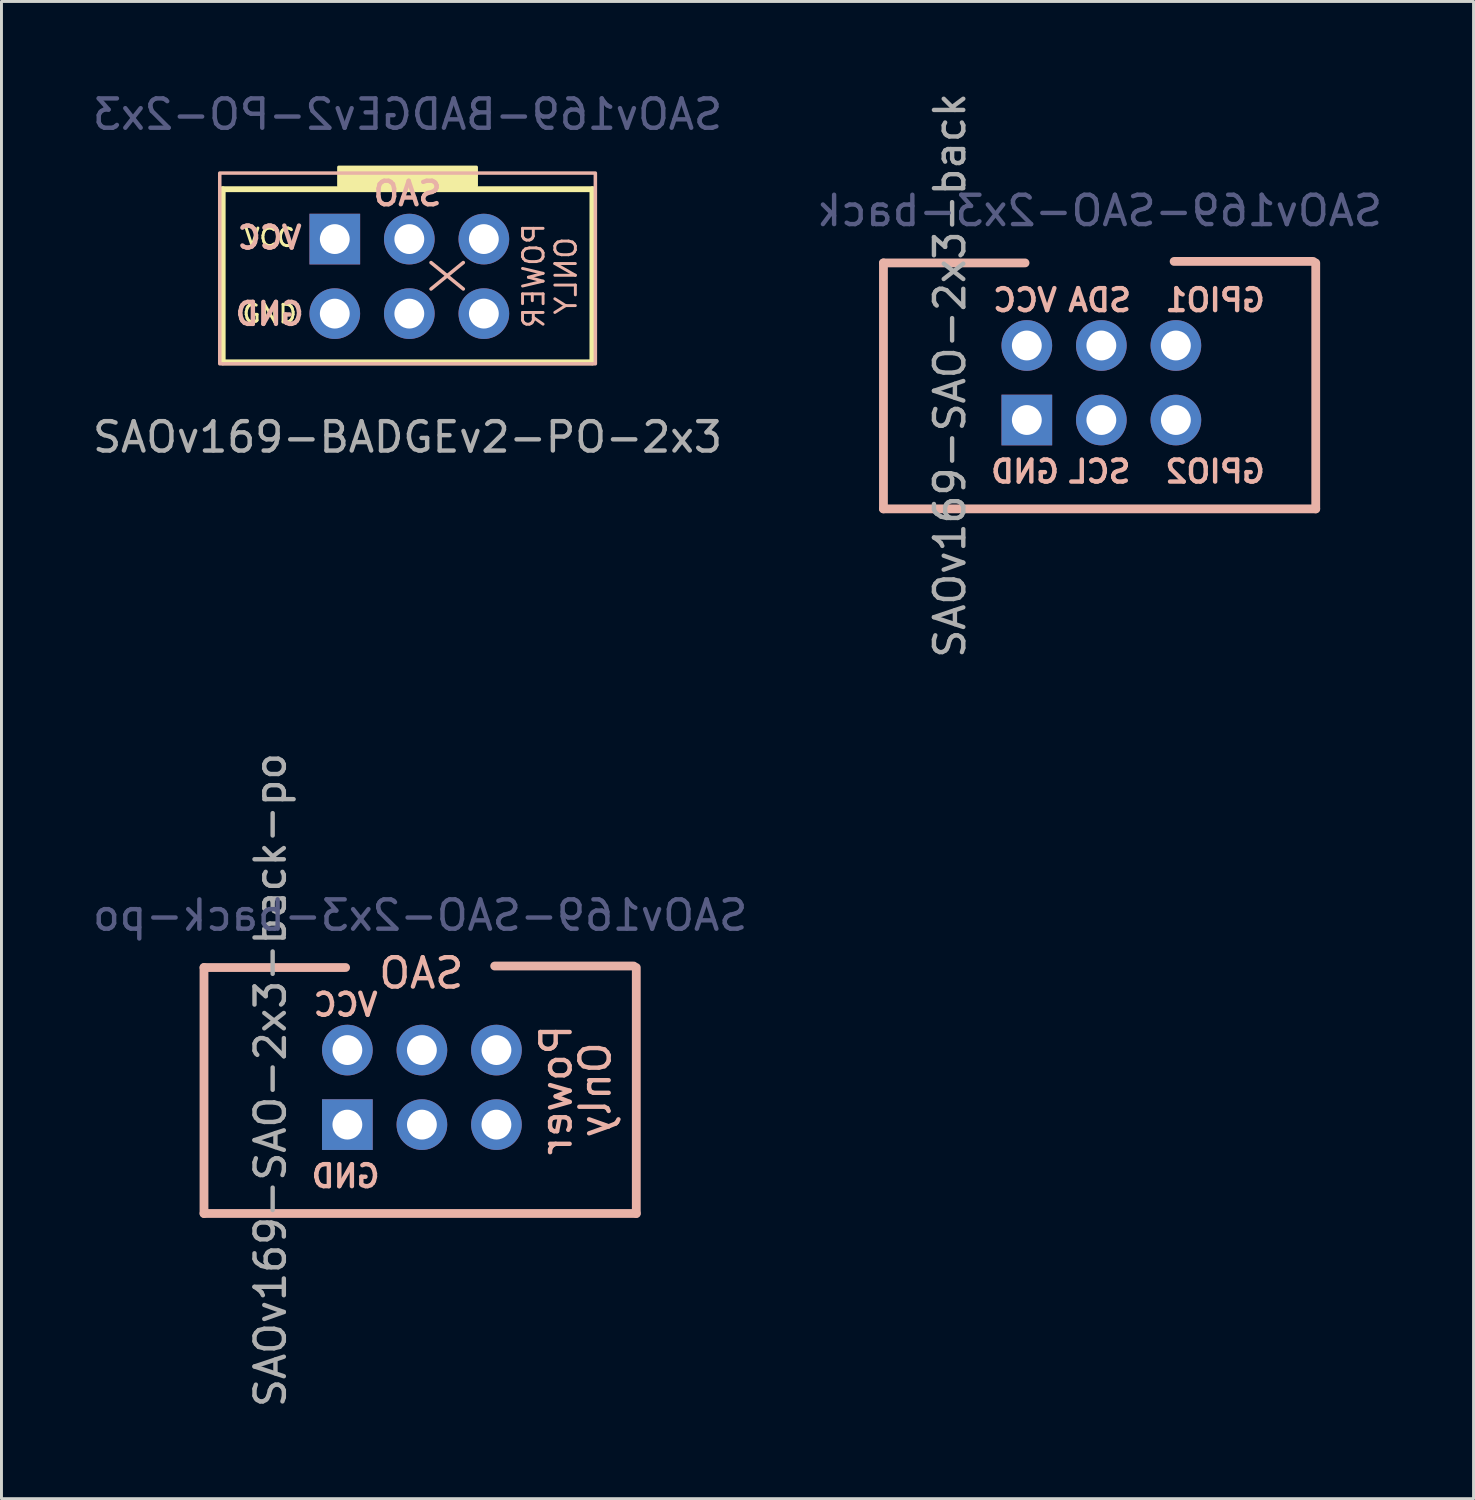
<source format=kicad_pcb>
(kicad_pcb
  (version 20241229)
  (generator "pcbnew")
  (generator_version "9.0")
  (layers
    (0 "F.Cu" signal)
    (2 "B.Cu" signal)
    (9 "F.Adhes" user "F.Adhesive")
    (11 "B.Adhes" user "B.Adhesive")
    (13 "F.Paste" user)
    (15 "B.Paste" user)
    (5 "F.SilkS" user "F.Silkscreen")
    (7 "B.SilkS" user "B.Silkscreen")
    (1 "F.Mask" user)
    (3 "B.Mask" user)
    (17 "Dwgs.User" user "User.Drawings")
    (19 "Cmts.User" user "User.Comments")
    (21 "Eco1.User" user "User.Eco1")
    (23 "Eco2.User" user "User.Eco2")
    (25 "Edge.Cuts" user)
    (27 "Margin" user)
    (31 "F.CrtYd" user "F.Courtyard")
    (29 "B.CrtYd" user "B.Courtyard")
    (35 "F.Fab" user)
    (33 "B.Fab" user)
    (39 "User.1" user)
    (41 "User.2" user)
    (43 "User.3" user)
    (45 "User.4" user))
  (footprint "SAOv169-SAO-2x3-back-po"
    (layer "F.Cu")
    (at 11.268 33.986)
    (property "Reference" "SAOv169-SAO-2x3-back-po" (at 0 -5.842 0) (layer "B.Fab") (effects (font (size 1 1) (thickness 0.15)) (justify mirror)))
    (attr through_hole)
    (fp_line (start -7.366 -4.064) (end -7.366 4.318) (stroke (width 0.3) (type solid)) (layer "B.SilkS"))
    (fp_line (start -7.366 4.318) (end 7.366 4.318) (stroke (width 0.3) (type solid)) (layer "B.SilkS"))
    (fp_line (start -2.54 -4.064) (end -7.366 -4.064) (stroke (width 0.3) (type solid)) (layer "B.SilkS"))
    (fp_line (start 7.28 -4.115) (end 2.54 -4.115) (stroke (width 0.3) (type solid)) (layer "B.SilkS"))
    (fp_line (start 7.366 4.318) (end 7.366 -4.064) (stroke (width 0.3) (type solid)) (layer "B.SilkS"))
    (fp_text user "Power" (at 4.64 0.11 90) (layer "B.SilkS") (effects (font (size 1 1) (thickness 0.15)) (justify mirror)))
    (fp_text user "Only" (at 5.97 0.11 90) (layer "B.SilkS") (effects (font (size 1 1) (thickness 0.15)) (justify mirror)))
    (fp_text user "SAO" (at 0.04 -3.87 0) (layer "B.SilkS") (effects (font (size 1 1) (thickness 0.15)) (justify mirror)))
    (fp_text user "GND" (at -2.54 3.048 0) (unlocked yes) (layer "B.SilkS") (effects (font (size 0.75 0.75) (thickness 0.15)) (justify mirror)))
    (fp_text user "VCC" (at -2.54 -2.794 0) (unlocked yes) (layer "B.SilkS") (effects (font (size 0.75 0.75) (thickness 0.15)) (justify mirror)))
    (fp_text user "${REFERENCE}" (at -5.1 -0.23 270) (layer "F.Fab") (effects (font (size 1 1) (thickness 0.15))))
    (pad "1" thru_hole oval (at -2.48 -1.25 270) (size 1.727 1.727) (drill 1.016) (layers "*.Cu" "*.Mask"))
    (pad "2" thru_hole rect (at -2.48 1.29 270) (size 1.727 1.727) (drill 1.016) (layers "*.Cu" "*.Mask"))
    (pad "3" thru_hole oval (at 0.06 -1.25 270) (size 1.727 1.727) (drill 1.016) (layers "*.Cu" "*.Mask"))
    (pad "4" thru_hole oval (at 0.06 1.29 270) (size 1.727 1.727) (drill 1.016) (layers "*.Cu" "*.Mask"))
    (pad "5" thru_hole circle (at 2.6 -1.25 270) (size 1.727 1.727) (drill 1.016) (layers "*.Cu" "*.Mask"))
    (pad "6" thru_hole circle (at 2.6 1.29 270) (size 1.727 1.727) (drill 1.016) (layers "*.Cu" "*.Mask")))
  (footprint "SAOv169-SAO-2x3-back"
    (layer "F.Cu")
    (at 34.423 9.974)
    (property "Reference" "SAOv169-SAO-2x3-back" (at 0 -5.842 0) (layer "B.Fab") (effects (font (size 1 1) (thickness 0.15)) (justify mirror)))
    (attr through_hole)
    (fp_line (start -7.366 -4.064) (end -7.366 4.318) (stroke (width 0.3) (type solid)) (layer "B.SilkS"))
    (fp_line (start -7.366 4.318) (end 7.366 4.318) (stroke (width 0.3) (type solid)) (layer "B.SilkS"))
    (fp_line (start -2.54 -4.064) (end -7.366 -4.064) (stroke (width 0.3) (type solid)) (layer "B.SilkS"))
    (fp_line (start 7.28 -4.115) (end 2.54 -4.115) (stroke (width 0.3) (type solid)) (layer "B.SilkS"))
    (fp_line (start 7.366 4.318) (end 7.366 -4.064) (stroke (width 0.3) (type solid)) (layer "B.SilkS"))
    (fp_text user "SDA" (at 0 -2.794 0) (unlocked yes) (layer "B.SilkS") (effects (font (size 0.75 0.75) (thickness 0.15)) (justify mirror)))
    (fp_text user "GPIO1" (at 3.937 -2.794 0) (unlocked yes) (layer "B.SilkS") (effects (font (size 0.75 0.75) (thickness 0.15)) (justify mirror)))
    (fp_text user "SCL" (at 0 3.048 0) (layer "B.SilkS") (effects (font (size 0.75 0.75) (thickness 0.15)) (justify mirror)))
    (fp_text user "VCC" (at -2.54 -2.794 0) (unlocked yes) (layer "B.SilkS") (effects (font (size 0.75 0.75) (thickness 0.15)) (justify mirror)))
    (fp_text user "GPIO2" (at 3.937 3.048 0) (layer "B.SilkS") (effects (font (size 0.75 0.75) (thickness 0.15)) (justify mirror)))
    (fp_text user "GND" (at -2.54 3.048 0) (unlocked yes) (layer "B.SilkS") (effects (font (size 0.75 0.75) (thickness 0.15)) (justify mirror)))
    (fp_text user "${REFERENCE}" (at -5.1 -0.23 270) (layer "F.Fab") (effects (font (size 1 1) (thickness 0.15))))
    (pad "1" thru_hole oval (at -2.48 -1.25 270) (size 1.727 1.727) (drill 1.016) (layers "*.Cu" "*.Mask"))
    (pad "2" thru_hole rect (at -2.48 1.29 270) (size 1.727 1.727) (drill 1.016) (layers "*.Cu" "*.Mask"))
    (pad "3" thru_hole oval (at 0.06 -1.25 270) (size 1.727 1.727) (drill 1.016) (layers "*.Cu" "*.Mask"))
    (pad "4" thru_hole oval (at 0.06 1.29 270) (size 1.727 1.727) (drill 1.016) (layers "*.Cu" "*.Mask"))
    (pad "5" thru_hole circle (at 2.6 -1.25 270) (size 1.727 1.727) (drill 1.016) (layers "*.Cu" "*.Mask"))
    (pad "6" thru_hole circle (at 2.6 1.29 270) (size 1.727 1.727) (drill 1.016) (layers "*.Cu" "*.Mask")))
  (footprint "SAOv169-BADGEv2-PO-2x3"
    (layer "F.Cu")
    (at 10.839 6.348)
    (property "Reference" "SAOv169-BADGEv2-PO-2x3" (at 0 -5.5 0) (layer "B.Fab") (effects (font (size 1 1) (thickness 0.15)) (justify mirror)))
    (attr through_hole)
    (fp_line (start -6.3 -2.95) (end 6.3 -2.95) (stroke (width 0.2) (type solid)) (layer "F.SilkS"))
    (fp_line (start -6.3 2.95) (end -6.3 -2.95) (stroke (width 0.2) (type solid)) (layer "F.SilkS"))
    (fp_line (start 6.3 -2.95) (end 6.3 2.95) (stroke (width 0.2) (type solid)) (layer "F.SilkS"))
    (fp_line (start 6.3 2.95) (end -6.3 2.95) (stroke (width 0.2) (type solid)) (layer "F.SilkS"))
    (fp_poly (pts (xy 2.349 -3.061) (xy -2.349 -3.061) (xy -2.349 -3.704) (xy 2.349 -3.704)) (stroke (width 0.1) (type solid)) (fill yes) (layer "F.SilkS"))
    (fp_line (start 0.8 -0.45) (end 1.9 0.45) (stroke (width 0.12) (type solid)) (layer "B.SilkS"))
    (fp_line (start 1.9 -0.45) (end 0.8 0.45) (stroke (width 0.12) (type solid)) (layer "B.SilkS"))
    (fp_rect (start -6.4 -3.5) (end 6.4 3) (stroke (width 0.12) (type solid)) (fill no) (layer "B.SilkS"))
    (fp_text user "VCC" (at -4.7 -1.3 0) (unlocked yes) (layer "F.SilkS") (effects (font (size 0.6 0.6) (thickness 0.1))))
    (fp_text user "GND" (at -4.7 1.3 0) (unlocked yes) (layer "F.SilkS") (effects (font (size 0.6 0.6) (thickness 0.1))))
    (fp_text user "GND" (at -4.7 1.3 0) (unlocked yes) (layer "B.SilkS") (effects (font (size 0.75 0.75) (thickness 0.15)) (justify mirror)))
    (fp_text user "VCC" (at -4.7 -1.3 0) (unlocked yes) (layer "B.SilkS") (effects (font (size 0.75 0.75) (thickness 0.15)) (justify mirror)))
    (fp_text user "SAO" (at 0 -2.8 0) (unlocked yes) (layer "B.SilkS") (effects (font (size 0.8 0.8) (thickness 0.15)) (justify mirror)))
    (fp_text user "POWER" (at 4.3 0 90) (unlocked yes) (layer "B.SilkS") (effects (font (size 0.7 0.7) (thickness 0.1)) (justify mirror)))
    (fp_text user "ONLY" (at 5.4 0 90) (unlocked yes) (layer "B.SilkS") (effects (font (size 0.7 0.7) (thickness 0.1)) (justify mirror)))
    (fp_text user "${REFERENCE}" (at 0 5.5 0) (layer "F.Fab") (effects (font (size 1 1) (thickness 0.15))))
    (pad "1" thru_hole rect (at -2.48 -1.25 270) (size 1.727 1.727) (drill 1.016) (layers "*.Cu" "*.Mask"))
    (pad "2" thru_hole circle (at -2.48 1.29 270) (size 1.727 1.727) (drill 1.016) (layers "*.Cu" "*.Mask"))
    (pad "3" thru_hole oval (at 0.06 -1.25 270) (size 1.727 1.727) (drill 1.016) (layers "*.Cu" "*.Mask"))
    (pad "4" thru_hole oval (at 0.06 1.29 270) (size 1.727 1.727) (drill 1.016) (layers "*.Cu" "*.Mask"))
    (pad "5" thru_hole circle (at 2.6 -1.25 270) (size 1.727 1.727) (drill 1.016) (layers "*.Cu" "*.Mask"))
    (pad "6" thru_hole circle (at 2.6 1.29 270) (size 1.727 1.727) (drill 1.016) (layers "*.Cu" "*.Mask")))
  (gr_rect
    (start -3 -3)
    (end 47.167 48.024)
    (stroke (width 0.1) (type default))
    (fill no)
    (layer "Edge.Cuts")))
</source>
